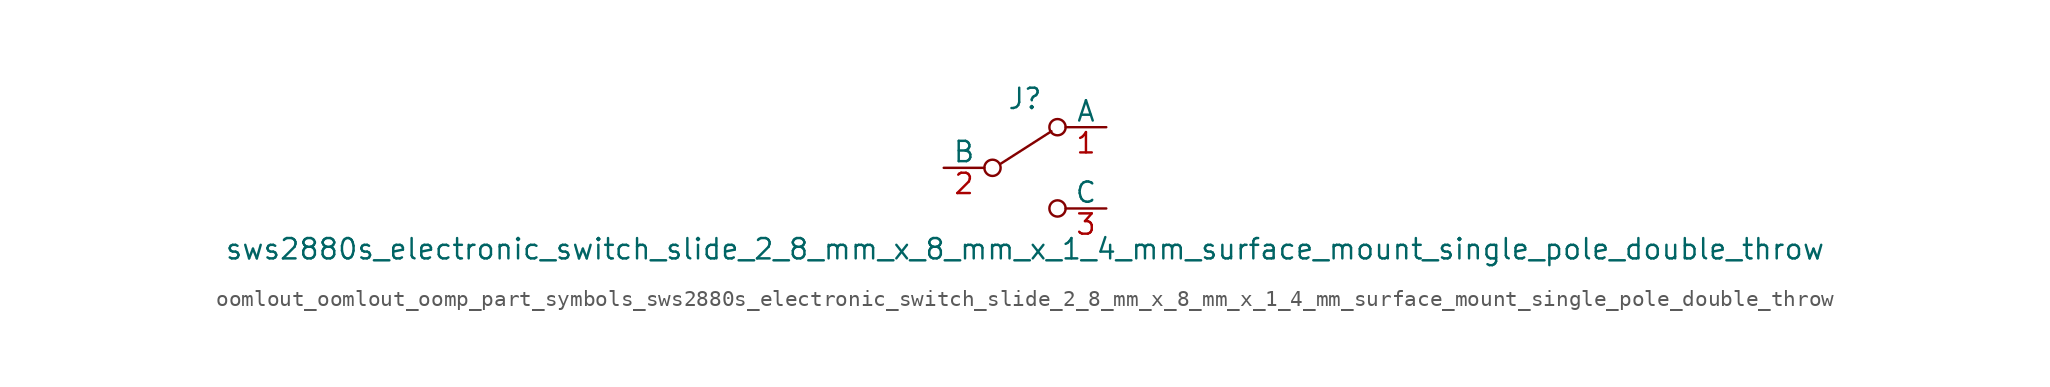
<source format=kicad_sym>
(kicad_symbol_lib
  (version 20220914)
  (generator kicad_symbol_editor)
  (symbol "oomlout_oomlout_oomp_part_symbols_sws2880s_electronic_switch_slide_2_8_mm_x_8_mm_x_1_4_mm_surface_mount_single_pole_double_throw"
    (pin_names
      (offset 0))
    (property "Reference" "J"
      (at 0 4.318 0)
      (effects (font (size 1.27 1.27))))
    (property "Value" "sws2880s_electronic_switch_slide_2_8_mm_x_8_mm_x_1_4_mm_surface_mount_single_pole_double_throw"
      (at 0 -5.08 0)
      (effects (font (size 1.27 1.27))))
    (symbol "oomlout_oomlout_oomp_part_symbols_sws2880s_electronic_switch_slide_2_8_mm_x_8_mm_x_1_4_mm_surface_mount_single_pole_double_throw_0_0"
      (circle (center -2.032 0) (radius 0.508) (stroke (width 0) (type default)) (fill (type none)))
      (circle (center 2.032 -2.54) (radius 0.508) (stroke (width 0) (type default)) (fill (type none))))
    (symbol "oomlout_oomlout_oomp_part_symbols_sws2880s_electronic_switch_slide_2_8_mm_x_8_mm_x_1_4_mm_surface_mount_single_pole_double_throw_0_1"
      (polyline (pts (xy -1.524 0.254) (xy 1.651 2.286)) (stroke (width 0) (type default)) (fill (type none)))
      (circle (center 2.032 2.54) (radius 0.508) (stroke (width 0) (type default)) (fill (type none))))
    (symbol "oomlout_oomlout_oomp_part_symbols_sws2880s_electronic_switch_slide_2_8_mm_x_8_mm_x_1_4_mm_surface_mount_single_pole_double_throw_1_1"
      (pin passive line (at 5.08 2.54 180) (length 2.54) (name "A" (effects (font (size 1.27 1.27)))) (number "1" (effects (font (size 1.27 1.27)))))
      (pin passive line (at -5.08 0 0) (length 2.54) (name "B" (effects (font (size 1.27 1.27)))) (number "2" (effects (font (size 1.27 1.27)))))
      (pin passive line (at 5.08 -2.54 180) (length 2.54) (name "C" (effects (font (size 1.27 1.27)))) (number "3" (effects (font (size 1.27 1.27))))))))
</source>
